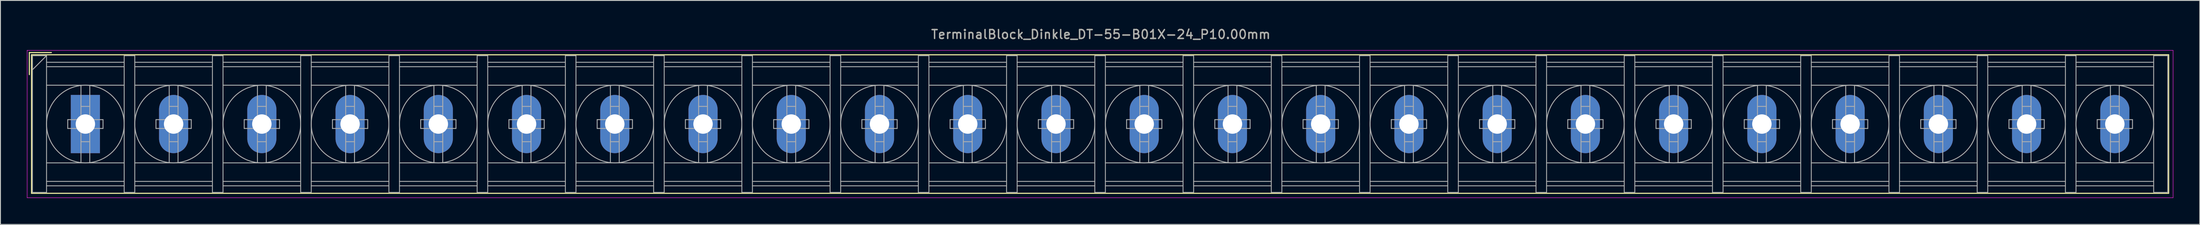
<source format=kicad_pcb>
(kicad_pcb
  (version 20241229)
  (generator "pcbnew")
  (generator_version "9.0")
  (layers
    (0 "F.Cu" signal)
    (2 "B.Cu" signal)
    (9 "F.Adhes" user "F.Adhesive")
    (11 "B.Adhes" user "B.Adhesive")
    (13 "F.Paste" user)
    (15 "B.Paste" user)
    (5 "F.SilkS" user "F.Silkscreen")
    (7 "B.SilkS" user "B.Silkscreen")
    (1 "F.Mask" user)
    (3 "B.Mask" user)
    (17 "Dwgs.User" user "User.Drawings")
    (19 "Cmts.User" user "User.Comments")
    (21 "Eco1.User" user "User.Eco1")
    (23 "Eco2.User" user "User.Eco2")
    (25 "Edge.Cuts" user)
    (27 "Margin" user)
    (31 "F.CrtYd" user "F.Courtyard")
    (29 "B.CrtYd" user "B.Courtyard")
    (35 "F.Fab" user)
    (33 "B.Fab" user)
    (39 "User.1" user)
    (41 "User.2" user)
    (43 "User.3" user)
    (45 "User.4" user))
  (footprint "TerminalBlock_Dinkle_DT-55-B01X-24_P10.00mm"
    (layer "F.Cu")
    (at 6.625 11.008)
    (property "Reference" "TerminalBlock_Dinkle_DT-55-B01X-24_P10.00mm" (at 115.08 -10.16 0) (layer "F.SilkS") (effects (font (size 1 1) (thickness 0.15))))
    (attr through_hole)
    (fp_line (start -6.35 -8.1) (end -3.85 -8.1) (stroke (width 0.12) (type solid)) (layer "F.SilkS"))
    (fp_line (start -6.35 -5.6) (end -6.35 -8.1) (stroke (width 0.12) (type solid)) (layer "F.SilkS"))
    (fp_line (start -6.1 -7.85) (end 236.1 -7.85) (stroke (width 0.12) (type solid)) (layer "F.SilkS"))
    (fp_line (start -6.1 7.85) (end -6.1 -7.85) (stroke (width 0.12) (type solid)) (layer "F.SilkS"))
    (fp_line (start -6.1 7.85) (end 236.1 7.85) (stroke (width 0.12) (type solid)) (layer "F.SilkS"))
    (fp_line (start 236.1 -7.85) (end 236.1 7.85) (stroke (width 0.12) (type solid)) (layer "F.SilkS"))
    (fp_line (start -6.6 -8.35) (end 236.6 -8.35) (stroke (width 0.05) (type solid)) (layer "F.CrtYd"))
    (fp_line (start -6.6 8.35) (end -6.6 -8.35) (stroke (width 0.05) (type solid)) (layer "F.CrtYd"))
    (fp_line (start -6.6 8.35) (end 236.6 8.35) (stroke (width 0.05) (type solid)) (layer "F.CrtYd"))
    (fp_line (start 236.6 -8.35) (end 236.6 8.35) (stroke (width 0.05) (type solid)) (layer "F.CrtYd"))
    (fp_line (start -6 -7.75) (end -6 7.75) (stroke (width 0.1) (type solid)) (layer "F.Fab"))
    (fp_line (start -6 -7.75) (end -4.4 -7.75) (stroke (width 0.1) (type solid)) (layer "F.Fab"))
    (fp_line (start -6 7.75) (end -4.4 7.75) (stroke (width 0.1) (type solid)) (layer "F.Fab"))
    (fp_line (start -4.4 -7.75) (end -6 -6.15) (stroke (width 0.1) (type solid)) (layer "F.Fab"))
    (fp_line (start -4.4 -7.75) (end -4.4 7.75) (stroke (width 0.1) (type solid)) (layer "F.Fab"))
    (fp_line (start -4.4 -7) (end 4.4 -7) (stroke (width 0.1) (type solid)) (layer "F.Fab"))
    (fp_line (start -4.4 -6.5) (end 4.4 -6.5) (stroke (width 0.1) (type solid)) (layer "F.Fab"))
    (fp_line (start -4.4 -4.4) (end 4.4 -4.4) (stroke (width 0.1) (type solid)) (layer "F.Fab"))
    (fp_line (start -4.4 4.4) (end 4.4 4.4) (stroke (width 0.1) (type solid)) (layer "F.Fab"))
    (fp_line (start -4.4 6.5) (end 4.4 6.5) (stroke (width 0.1) (type solid)) (layer "F.Fab"))
    (fp_line (start -4.4 7) (end 4.4 7) (stroke (width 0.1) (type solid)) (layer "F.Fab"))
    (fp_line (start -2 -0.5) (end -2 0.5) (stroke (width 0.1) (type solid)) (layer "F.Fab"))
    (fp_line (start -2 0.5) (end -0.5 0.5) (stroke (width 0.1) (type solid)) (layer "F.Fab"))
    (fp_line (start -0.5 -4.35) (end -0.5 -0.5) (stroke (width 0.1) (type solid)) (layer "F.Fab"))
    (fp_line (start -0.5 -2) (end 0.5 -2) (stroke (width 0.1) (type solid)) (layer "F.Fab"))
    (fp_line (start -0.5 -0.5) (end -2 -0.5) (stroke (width 0.1) (type solid)) (layer "F.Fab"))
    (fp_line (start -0.5 0.5) (end -0.5 4.35) (stroke (width 0.1) (type solid)) (layer "F.Fab"))
    (fp_line (start -0.5 2) (end 0.5 2) (stroke (width 0.1) (type solid)) (layer "F.Fab"))
    (fp_line (start 0.5 -4.35) (end 0.5 -0.5) (stroke (width 0.1) (type solid)) (layer "F.Fab"))
    (fp_line (start 0.5 -0.5) (end 2 -0.5) (stroke (width 0.1) (type solid)) (layer "F.Fab"))
    (fp_line (start 0.5 0.5) (end 0.5 4.35) (stroke (width 0.1) (type solid)) (layer "F.Fab"))
    (fp_line (start 2 -0.5) (end 2 0.5) (stroke (width 0.1) (type solid)) (layer "F.Fab"))
    (fp_line (start 2 0.5) (end 0.5 0.5) (stroke (width 0.1) (type solid)) (layer "F.Fab"))
    (fp_line (start 4.4 -7.75) (end 4.4 7.75) (stroke (width 0.1) (type solid)) (layer "F.Fab"))
    (fp_line (start 4.4 -7.75) (end 5.6 -7.75) (stroke (width 0.1) (type solid)) (layer "F.Fab"))
    (fp_line (start 4.4 7.75) (end 5.6 7.75) (stroke (width 0.1) (type solid)) (layer "F.Fab"))
    (fp_line (start 5.6 -7.75) (end 5.6 7.75) (stroke (width 0.1) (type solid)) (layer "F.Fab"))
    (fp_line (start 5.6 -7) (end 14.4 -7) (stroke (width 0.1) (type solid)) (layer "F.Fab"))
    (fp_line (start 5.6 -6.5) (end 14.4 -6.5) (stroke (width 0.1) (type solid)) (layer "F.Fab"))
    (fp_line (start 5.6 -4.4) (end 14.4 -4.4) (stroke (width 0.1) (type solid)) (layer "F.Fab"))
    (fp_line (start 5.6 4.4) (end 14.4 4.4) (stroke (width 0.1) (type solid)) (layer "F.Fab"))
    (fp_line (start 5.6 6.5) (end 14.4 6.5) (stroke (width 0.1) (type solid)) (layer "F.Fab"))
    (fp_line (start 5.6 7) (end 14.4 7) (stroke (width 0.1) (type solid)) (layer "F.Fab"))
    (fp_line (start 8 -0.5) (end 8 0.5) (stroke (width 0.1) (type solid)) (layer "F.Fab"))
    (fp_line (start 8 0.5) (end 9.5 0.5) (stroke (width 0.1) (type solid)) (layer "F.Fab"))
    (fp_line (start 9.5 -4.35) (end 9.5 -0.5) (stroke (width 0.1) (type solid)) (layer "F.Fab"))
    (fp_line (start 9.5 -2) (end 10.5 -2) (stroke (width 0.1) (type solid)) (layer "F.Fab"))
    (fp_line (start 9.5 -0.5) (end 8 -0.5) (stroke (width 0.1) (type solid)) (layer "F.Fab"))
    (fp_line (start 9.5 0.5) (end 9.5 4.35) (stroke (width 0.1) (type solid)) (layer "F.Fab"))
    (fp_line (start 9.5 2) (end 10.5 2) (stroke (width 0.1) (type solid)) (layer "F.Fab"))
    (fp_line (start 10.5 -4.35) (end 10.5 -0.5) (stroke (width 0.1) (type solid)) (layer "F.Fab"))
    (fp_line (start 10.5 -0.5) (end 12 -0.5) (stroke (width 0.1) (type solid)) (layer "F.Fab"))
    (fp_line (start 10.5 0.5) (end 10.5 4.35) (stroke (width 0.1) (type solid)) (layer "F.Fab"))
    (fp_line (start 12 -0.5) (end 12 0.5) (stroke (width 0.1) (type solid)) (layer "F.Fab"))
    (fp_line (start 12 0.5) (end 10.5 0.5) (stroke (width 0.1) (type solid)) (layer "F.Fab"))
    (fp_line (start 14.4 -7.75) (end 14.4 7.75) (stroke (width 0.1) (type solid)) (layer "F.Fab"))
    (fp_line (start 14.4 -7.75) (end 15.6 -7.75) (stroke (width 0.1) (type solid)) (layer "F.Fab"))
    (fp_line (start 14.4 7.75) (end 15.6 7.75) (stroke (width 0.1) (type solid)) (layer "F.Fab"))
    (fp_line (start 15.6 -7.75) (end 15.6 7.75) (stroke (width 0.1) (type solid)) (layer "F.Fab"))
    (fp_line (start 15.6 -7) (end 24.4 -7) (stroke (width 0.1) (type solid)) (layer "F.Fab"))
    (fp_line (start 15.6 -6.5) (end 24.4 -6.5) (stroke (width 0.1) (type solid)) (layer "F.Fab"))
    (fp_line (start 15.6 -4.4) (end 24.4 -4.4) (stroke (width 0.1) (type solid)) (layer "F.Fab"))
    (fp_line (start 15.6 4.4) (end 24.4 4.4) (stroke (width 0.1) (type solid)) (layer "F.Fab"))
    (fp_line (start 15.6 6.5) (end 24.4 6.5) (stroke (width 0.1) (type solid)) (layer "F.Fab"))
    (fp_line (start 15.6 7) (end 24.4 7) (stroke (width 0.1) (type solid)) (layer "F.Fab"))
    (fp_line (start 18 -0.5) (end 18 0.5) (stroke (width 0.1) (type solid)) (layer "F.Fab"))
    (fp_line (start 18 0.5) (end 19.5 0.5) (stroke (width 0.1) (type solid)) (layer "F.Fab"))
    (fp_line (start 19.5 -4.35) (end 19.5 -0.5) (stroke (width 0.1) (type solid)) (layer "F.Fab"))
    (fp_line (start 19.5 -2) (end 20.5 -2) (stroke (width 0.1) (type solid)) (layer "F.Fab"))
    (fp_line (start 19.5 -0.5) (end 18 -0.5) (stroke (width 0.1) (type solid)) (layer "F.Fab"))
    (fp_line (start 19.5 0.5) (end 19.5 4.35) (stroke (width 0.1) (type solid)) (layer "F.Fab"))
    (fp_line (start 19.5 2) (end 20.5 2) (stroke (width 0.1) (type solid)) (layer "F.Fab"))
    (fp_line (start 20.5 -4.35) (end 20.5 -0.5) (stroke (width 0.1) (type solid)) (layer "F.Fab"))
    (fp_line (start 20.5 -0.5) (end 22 -0.5) (stroke (width 0.1) (type solid)) (layer "F.Fab"))
    (fp_line (start 20.5 0.5) (end 20.5 4.35) (stroke (width 0.1) (type solid)) (layer "F.Fab"))
    (fp_line (start 22 -0.5) (end 22 0.5) (stroke (width 0.1) (type solid)) (layer "F.Fab"))
    (fp_line (start 22 0.5) (end 20.5 0.5) (stroke (width 0.1) (type solid)) (layer "F.Fab"))
    (fp_line (start 24.4 -7.75) (end 24.4 7.75) (stroke (width 0.1) (type solid)) (layer "F.Fab"))
    (fp_line (start 24.4 -7.75) (end 25.6 -7.75) (stroke (width 0.1) (type solid)) (layer "F.Fab"))
    (fp_line (start 24.4 7.75) (end 25.6 7.75) (stroke (width 0.1) (type solid)) (layer "F.Fab"))
    (fp_line (start 25.6 -7.75) (end 25.6 7.75) (stroke (width 0.1) (type solid)) (layer "F.Fab"))
    (fp_line (start 25.6 -7) (end 34.4 -7) (stroke (width 0.1) (type solid)) (layer "F.Fab"))
    (fp_line (start 25.6 -6.5) (end 34.4 -6.5) (stroke (width 0.1) (type solid)) (layer "F.Fab"))
    (fp_line (start 25.6 -4.4) (end 34.4 -4.4) (stroke (width 0.1) (type solid)) (layer "F.Fab"))
    (fp_line (start 25.6 4.4) (end 34.4 4.4) (stroke (width 0.1) (type solid)) (layer "F.Fab"))
    (fp_line (start 25.6 6.5) (end 34.4 6.5) (stroke (width 0.1) (type solid)) (layer "F.Fab"))
    (fp_line (start 25.6 7) (end 34.4 7) (stroke (width 0.1) (type solid)) (layer "F.Fab"))
    (fp_line (start 28 -0.5) (end 28 0.5) (stroke (width 0.1) (type solid)) (layer "F.Fab"))
    (fp_line (start 28 0.5) (end 29.5 0.5) (stroke (width 0.1) (type solid)) (layer "F.Fab"))
    (fp_line (start 29.5 -4.35) (end 29.5 -0.5) (stroke (width 0.1) (type solid)) (layer "F.Fab"))
    (fp_line (start 29.5 -2) (end 30.5 -2) (stroke (width 0.1) (type solid)) (layer "F.Fab"))
    (fp_line (start 29.5 -0.5) (end 28 -0.5) (stroke (width 0.1) (type solid)) (layer "F.Fab"))
    (fp_line (start 29.5 0.5) (end 29.5 4.35) (stroke (width 0.1) (type solid)) (layer "F.Fab"))
    (fp_line (start 29.5 2) (end 30.5 2) (stroke (width 0.1) (type solid)) (layer "F.Fab"))
    (fp_line (start 30.5 -4.35) (end 30.5 -0.5) (stroke (width 0.1) (type solid)) (layer "F.Fab"))
    (fp_line (start 30.5 -0.5) (end 32 -0.5) (stroke (width 0.1) (type solid)) (layer "F.Fab"))
    (fp_line (start 30.5 0.5) (end 30.5 4.35) (stroke (width 0.1) (type solid)) (layer "F.Fab"))
    (fp_line (start 32 -0.5) (end 32 0.5) (stroke (width 0.1) (type solid)) (layer "F.Fab"))
    (fp_line (start 32 0.5) (end 30.5 0.5) (stroke (width 0.1) (type solid)) (layer "F.Fab"))
    (fp_line (start 34.4 -7.75) (end 34.4 7.75) (stroke (width 0.1) (type solid)) (layer "F.Fab"))
    (fp_line (start 34.4 -7.75) (end 35.6 -7.75) (stroke (width 0.1) (type solid)) (layer "F.Fab"))
    (fp_line (start 34.4 7.75) (end 35.6 7.75) (stroke (width 0.1) (type solid)) (layer "F.Fab"))
    (fp_line (start 35.6 -7.75) (end 35.6 7.75) (stroke (width 0.1) (type solid)) (layer "F.Fab"))
    (fp_line (start 35.6 -7) (end 44.4 -7) (stroke (width 0.1) (type solid)) (layer "F.Fab"))
    (fp_line (start 35.6 -6.5) (end 44.4 -6.5) (stroke (width 0.1) (type solid)) (layer "F.Fab"))
    (fp_line (start 35.6 -4.4) (end 44.4 -4.4) (stroke (width 0.1) (type solid)) (layer "F.Fab"))
    (fp_line (start 35.6 4.4) (end 44.4 4.4) (stroke (width 0.1) (type solid)) (layer "F.Fab"))
    (fp_line (start 35.6 6.5) (end 44.4 6.5) (stroke (width 0.1) (type solid)) (layer "F.Fab"))
    (fp_line (start 35.6 7) (end 44.4 7) (stroke (width 0.1) (type solid)) (layer "F.Fab"))
    (fp_line (start 38 -0.5) (end 38 0.5) (stroke (width 0.1) (type solid)) (layer "F.Fab"))
    (fp_line (start 38 0.5) (end 39.5 0.5) (stroke (width 0.1) (type solid)) (layer "F.Fab"))
    (fp_line (start 39.5 -4.35) (end 39.5 -0.5) (stroke (width 0.1) (type solid)) (layer "F.Fab"))
    (fp_line (start 39.5 -2) (end 40.5 -2) (stroke (width 0.1) (type solid)) (layer "F.Fab"))
    (fp_line (start 39.5 -0.5) (end 38 -0.5) (stroke (width 0.1) (type solid)) (layer "F.Fab"))
    (fp_line (start 39.5 0.5) (end 39.5 4.35) (stroke (width 0.1) (type solid)) (layer "F.Fab"))
    (fp_line (start 39.5 2) (end 40.5 2) (stroke (width 0.1) (type solid)) (layer "F.Fab"))
    (fp_line (start 40.5 -4.35) (end 40.5 -0.5) (stroke (width 0.1) (type solid)) (layer "F.Fab"))
    (fp_line (start 40.5 -0.5) (end 42 -0.5) (stroke (width 0.1) (type solid)) (layer "F.Fab"))
    (fp_line (start 40.5 0.5) (end 40.5 4.35) (stroke (width 0.1) (type solid)) (layer "F.Fab"))
    (fp_line (start 42 -0.5) (end 42 0.5) (stroke (width 0.1) (type solid)) (layer "F.Fab"))
    (fp_line (start 42 0.5) (end 40.5 0.5) (stroke (width 0.1) (type solid)) (layer "F.Fab"))
    (fp_line (start 44.4 -7.75) (end 44.4 7.75) (stroke (width 0.1) (type solid)) (layer "F.Fab"))
    (fp_line (start 44.4 -7.75) (end 45.6 -7.75) (stroke (width 0.1) (type solid)) (layer "F.Fab"))
    (fp_line (start 44.4 7.75) (end 45.6 7.75) (stroke (width 0.1) (type solid)) (layer "F.Fab"))
    (fp_line (start 45.6 -7.75) (end 45.6 7.75) (stroke (width 0.1) (type solid)) (layer "F.Fab"))
    (fp_line (start 45.6 -7) (end 54.4 -7) (stroke (width 0.1) (type solid)) (layer "F.Fab"))
    (fp_line (start 45.6 -6.5) (end 54.4 -6.5) (stroke (width 0.1) (type solid)) (layer "F.Fab"))
    (fp_line (start 45.6 -4.4) (end 54.4 -4.4) (stroke (width 0.1) (type solid)) (layer "F.Fab"))
    (fp_line (start 45.6 4.4) (end 54.4 4.4) (stroke (width 0.1) (type solid)) (layer "F.Fab"))
    (fp_line (start 45.6 6.5) (end 54.4 6.5) (stroke (width 0.1) (type solid)) (layer "F.Fab"))
    (fp_line (start 45.6 7) (end 54.4 7) (stroke (width 0.1) (type solid)) (layer "F.Fab"))
    (fp_line (start 48 -0.5) (end 48 0.5) (stroke (width 0.1) (type solid)) (layer "F.Fab"))
    (fp_line (start 48 0.5) (end 49.5 0.5) (stroke (width 0.1) (type solid)) (layer "F.Fab"))
    (fp_line (start 49.5 -4.35) (end 49.5 -0.5) (stroke (width 0.1) (type solid)) (layer "F.Fab"))
    (fp_line (start 49.5 -2) (end 50.5 -2) (stroke (width 0.1) (type solid)) (layer "F.Fab"))
    (fp_line (start 49.5 -0.5) (end 48 -0.5) (stroke (width 0.1) (type solid)) (layer "F.Fab"))
    (fp_line (start 49.5 0.5) (end 49.5 4.35) (stroke (width 0.1) (type solid)) (layer "F.Fab"))
    (fp_line (start 49.5 2) (end 50.5 2) (stroke (width 0.1) (type solid)) (layer "F.Fab"))
    (fp_line (start 50.5 -4.35) (end 50.5 -0.5) (stroke (width 0.1) (type solid)) (layer "F.Fab"))
    (fp_line (start 50.5 -0.5) (end 52 -0.5) (stroke (width 0.1) (type solid)) (layer "F.Fab"))
    (fp_line (start 50.5 0.5) (end 50.5 4.35) (stroke (width 0.1) (type solid)) (layer "F.Fab"))
    (fp_line (start 52 -0.5) (end 52 0.5) (stroke (width 0.1) (type solid)) (layer "F.Fab"))
    (fp_line (start 52 0.5) (end 50.5 0.5) (stroke (width 0.1) (type solid)) (layer "F.Fab"))
    (fp_line (start 54.4 -7.75) (end 54.4 7.75) (stroke (width 0.1) (type solid)) (layer "F.Fab"))
    (fp_line (start 54.4 -7.75) (end 55.6 -7.75) (stroke (width 0.1) (type solid)) (layer "F.Fab"))
    (fp_line (start 54.4 7.75) (end 55.6 7.75) (stroke (width 0.1) (type solid)) (layer "F.Fab"))
    (fp_line (start 55.6 -7.75) (end 55.6 7.75) (stroke (width 0.1) (type solid)) (layer "F.Fab"))
    (fp_line (start 55.6 -7) (end 64.4 -7) (stroke (width 0.1) (type solid)) (layer "F.Fab"))
    (fp_line (start 55.6 -6.5) (end 64.4 -6.5) (stroke (width 0.1) (type solid)) (layer "F.Fab"))
    (fp_line (start 55.6 -4.4) (end 64.4 -4.4) (stroke (width 0.1) (type solid)) (layer "F.Fab"))
    (fp_line (start 55.6 4.4) (end 64.4 4.4) (stroke (width 0.1) (type solid)) (layer "F.Fab"))
    (fp_line (start 55.6 6.5) (end 64.4 6.5) (stroke (width 0.1) (type solid)) (layer "F.Fab"))
    (fp_line (start 55.6 7) (end 64.4 7) (stroke (width 0.1) (type solid)) (layer "F.Fab"))
    (fp_line (start 58 -0.5) (end 58 0.5) (stroke (width 0.1) (type solid)) (layer "F.Fab"))
    (fp_line (start 58 0.5) (end 59.5 0.5) (stroke (width 0.1) (type solid)) (layer "F.Fab"))
    (fp_line (start 59.5 -4.35) (end 59.5 -0.5) (stroke (width 0.1) (type solid)) (layer "F.Fab"))
    (fp_line (start 59.5 -2) (end 60.5 -2) (stroke (width 0.1) (type solid)) (layer "F.Fab"))
    (fp_line (start 59.5 -0.5) (end 58 -0.5) (stroke (width 0.1) (type solid)) (layer "F.Fab"))
    (fp_line (start 59.5 0.5) (end 59.5 4.35) (stroke (width 0.1) (type solid)) (layer "F.Fab"))
    (fp_line (start 59.5 2) (end 60.5 2) (stroke (width 0.1) (type solid)) (layer "F.Fab"))
    (fp_line (start 60.5 -4.35) (end 60.5 -0.5) (stroke (width 0.1) (type solid)) (layer "F.Fab"))
    (fp_line (start 60.5 -0.5) (end 62 -0.5) (stroke (width 0.1) (type solid)) (layer "F.Fab"))
    (fp_line (start 60.5 0.5) (end 60.5 4.35) (stroke (width 0.1) (type solid)) (layer "F.Fab"))
    (fp_line (start 62 -0.5) (end 62 0.5) (stroke (width 0.1) (type solid)) (layer "F.Fab"))
    (fp_line (start 62 0.5) (end 60.5 0.5) (stroke (width 0.1) (type solid)) (layer "F.Fab"))
    (fp_line (start 64.4 -7.75) (end 64.4 7.75) (stroke (width 0.1) (type solid)) (layer "F.Fab"))
    (fp_line (start 64.4 -7.75) (end 65.6 -7.75) (stroke (width 0.1) (type solid)) (layer "F.Fab"))
    (fp_line (start 64.4 7.75) (end 65.6 7.75) (stroke (width 0.1) (type solid)) (layer "F.Fab"))
    (fp_line (start 65.6 -7.75) (end 65.6 7.75) (stroke (width 0.1) (type solid)) (layer "F.Fab"))
    (fp_line (start 65.6 -7) (end 74.4 -7) (stroke (width 0.1) (type solid)) (layer "F.Fab"))
    (fp_line (start 65.6 -6.5) (end 74.4 -6.5) (stroke (width 0.1) (type solid)) (layer "F.Fab"))
    (fp_line (start 65.6 -4.4) (end 74.4 -4.4) (stroke (width 0.1) (type solid)) (layer "F.Fab"))
    (fp_line (start 65.6 4.4) (end 74.4 4.4) (stroke (width 0.1) (type solid)) (layer "F.Fab"))
    (fp_line (start 65.6 6.5) (end 74.4 6.5) (stroke (width 0.1) (type solid)) (layer "F.Fab"))
    (fp_line (start 65.6 7) (end 74.4 7) (stroke (width 0.1) (type solid)) (layer "F.Fab"))
    (fp_line (start 68 -0.5) (end 68 0.5) (stroke (width 0.1) (type solid)) (layer "F.Fab"))
    (fp_line (start 68 0.5) (end 69.5 0.5) (stroke (width 0.1) (type solid)) (layer "F.Fab"))
    (fp_line (start 69.5 -4.35) (end 69.5 -0.5) (stroke (width 0.1) (type solid)) (layer "F.Fab"))
    (fp_line (start 69.5 -2) (end 70.5 -2) (stroke (width 0.1) (type solid)) (layer "F.Fab"))
    (fp_line (start 69.5 -0.5) (end 68 -0.5) (stroke (width 0.1) (type solid)) (layer "F.Fab"))
    (fp_line (start 69.5 0.5) (end 69.5 4.35) (stroke (width 0.1) (type solid)) (layer "F.Fab"))
    (fp_line (start 69.5 2) (end 70.5 2) (stroke (width 0.1) (type solid)) (layer "F.Fab"))
    (fp_line (start 70.5 -4.35) (end 70.5 -0.5) (stroke (width 0.1) (type solid)) (layer "F.Fab"))
    (fp_line (start 70.5 -0.5) (end 72 -0.5) (stroke (width 0.1) (type solid)) (layer "F.Fab"))
    (fp_line (start 70.5 0.5) (end 70.5 4.35) (stroke (width 0.1) (type solid)) (layer "F.Fab"))
    (fp_line (start 72 -0.5) (end 72 0.5) (stroke (width 0.1) (type solid)) (layer "F.Fab"))
    (fp_line (start 72 0.5) (end 70.5 0.5) (stroke (width 0.1) (type solid)) (layer "F.Fab"))
    (fp_line (start 74.4 -7.75) (end 74.4 7.75) (stroke (width 0.1) (type solid)) (layer "F.Fab"))
    (fp_line (start 74.4 -7.75) (end 75.6 -7.75) (stroke (width 0.1) (type solid)) (layer "F.Fab"))
    (fp_line (start 74.4 7.75) (end 75.6 7.75) (stroke (width 0.1) (type solid)) (layer "F.Fab"))
    (fp_line (start 75.6 -7.75) (end 75.6 7.75) (stroke (width 0.1) (type solid)) (layer "F.Fab"))
    (fp_line (start 75.6 -7) (end 84.4 -7) (stroke (width 0.1) (type solid)) (layer "F.Fab"))
    (fp_line (start 75.6 -6.5) (end 84.4 -6.5) (stroke (width 0.1) (type solid)) (layer "F.Fab"))
    (fp_line (start 75.6 -4.4) (end 84.4 -4.4) (stroke (width 0.1) (type solid)) (layer "F.Fab"))
    (fp_line (start 75.6 4.4) (end 84.4 4.4) (stroke (width 0.1) (type solid)) (layer "F.Fab"))
    (fp_line (start 75.6 6.5) (end 84.4 6.5) (stroke (width 0.1) (type solid)) (layer "F.Fab"))
    (fp_line (start 75.6 7) (end 84.4 7) (stroke (width 0.1) (type solid)) (layer "F.Fab"))
    (fp_line (start 78 -0.5) (end 78 0.5) (stroke (width 0.1) (type solid)) (layer "F.Fab"))
    (fp_line (start 78 0.5) (end 79.5 0.5) (stroke (width 0.1) (type solid)) (layer "F.Fab"))
    (fp_line (start 79.5 -4.35) (end 79.5 -0.5) (stroke (width 0.1) (type solid)) (layer "F.Fab"))
    (fp_line (start 79.5 -2) (end 80.5 -2) (stroke (width 0.1) (type solid)) (layer "F.Fab"))
    (fp_line (start 79.5 -0.5) (end 78 -0.5) (stroke (width 0.1) (type solid)) (layer "F.Fab"))
    (fp_line (start 79.5 0.5) (end 79.5 4.35) (stroke (width 0.1) (type solid)) (layer "F.Fab"))
    (fp_line (start 79.5 2) (end 80.5 2) (stroke (width 0.1) (type solid)) (layer "F.Fab"))
    (fp_line (start 80.5 -4.35) (end 80.5 -0.5) (stroke (width 0.1) (type solid)) (layer "F.Fab"))
    (fp_line (start 80.5 -0.5) (end 82 -0.5) (stroke (width 0.1) (type solid)) (layer "F.Fab"))
    (fp_line (start 80.5 0.5) (end 80.5 4.35) (stroke (width 0.1) (type solid)) (layer "F.Fab"))
    (fp_line (start 82 -0.5) (end 82 0.5) (stroke (width 0.1) (type solid)) (layer "F.Fab"))
    (fp_line (start 82 0.5) (end 80.5 0.5) (stroke (width 0.1) (type solid)) (layer "F.Fab"))
    (fp_line (start 84.4 -7.75) (end 84.4 7.75) (stroke (width 0.1) (type solid)) (layer "F.Fab"))
    (fp_line (start 84.4 -7.75) (end 85.6 -7.75) (stroke (width 0.1) (type solid)) (layer "F.Fab"))
    (fp_line (start 84.4 7.75) (end 85.6 7.75) (stroke (width 0.1) (type solid)) (layer "F.Fab"))
    (fp_line (start 85.6 -7.75) (end 85.6 7.75) (stroke (width 0.1) (type solid)) (layer "F.Fab"))
    (fp_line (start 85.6 -7) (end 94.4 -7) (stroke (width 0.1) (type solid)) (layer "F.Fab"))
    (fp_line (start 85.6 -6.5) (end 94.4 -6.5) (stroke (width 0.1) (type solid)) (layer "F.Fab"))
    (fp_line (start 85.6 -4.4) (end 94.4 -4.4) (stroke (width 0.1) (type solid)) (layer "F.Fab"))
    (fp_line (start 85.6 4.4) (end 94.4 4.4) (stroke (width 0.1) (type solid)) (layer "F.Fab"))
    (fp_line (start 85.6 6.5) (end 94.4 6.5) (stroke (width 0.1) (type solid)) (layer "F.Fab"))
    (fp_line (start 85.6 7) (end 94.4 7) (stroke (width 0.1) (type solid)) (layer "F.Fab"))
    (fp_line (start 88 -0.5) (end 88 0.5) (stroke (width 0.1) (type solid)) (layer "F.Fab"))
    (fp_line (start 88 0.5) (end 89.5 0.5) (stroke (width 0.1) (type solid)) (layer "F.Fab"))
    (fp_line (start 89.5 -4.35) (end 89.5 -0.5) (stroke (width 0.1) (type solid)) (layer "F.Fab"))
    (fp_line (start 89.5 -2) (end 90.5 -2) (stroke (width 0.1) (type solid)) (layer "F.Fab"))
    (fp_line (start 89.5 -0.5) (end 88 -0.5) (stroke (width 0.1) (type solid)) (layer "F.Fab"))
    (fp_line (start 89.5 0.5) (end 89.5 4.35) (stroke (width 0.1) (type solid)) (layer "F.Fab"))
    (fp_line (start 89.5 2) (end 90.5 2) (stroke (width 0.1) (type solid)) (layer "F.Fab"))
    (fp_line (start 90.5 -4.35) (end 90.5 -0.5) (stroke (width 0.1) (type solid)) (layer "F.Fab"))
    (fp_line (start 90.5 -0.5) (end 92 -0.5) (stroke (width 0.1) (type solid)) (layer "F.Fab"))
    (fp_line (start 90.5 0.5) (end 90.5 4.35) (stroke (width 0.1) (type solid)) (layer "F.Fab"))
    (fp_line (start 92 -0.5) (end 92 0.5) (stroke (width 0.1) (type solid)) (layer "F.Fab"))
    (fp_line (start 92 0.5) (end 90.5 0.5) (stroke (width 0.1) (type solid)) (layer "F.Fab"))
    (fp_line (start 94.4 -7.75) (end 94.4 7.75) (stroke (width 0.1) (type solid)) (layer "F.Fab"))
    (fp_line (start 94.4 -7.75) (end 95.6 -7.75) (stroke (width 0.1) (type solid)) (layer "F.Fab"))
    (fp_line (start 94.4 7.75) (end 95.6 7.75) (stroke (width 0.1) (type solid)) (layer "F.Fab"))
    (fp_line (start 95.6 -7.75) (end 95.6 7.75) (stroke (width 0.1) (type solid)) (layer "F.Fab"))
    (fp_line (start 95.6 -7) (end 104.4 -7) (stroke (width 0.1) (type solid)) (layer "F.Fab"))
    (fp_line (start 95.6 -6.5) (end 104.4 -6.5) (stroke (width 0.1) (type solid)) (layer "F.Fab"))
    (fp_line (start 95.6 -4.4) (end 104.4 -4.4) (stroke (width 0.1) (type solid)) (layer "F.Fab"))
    (fp_line (start 95.6 4.4) (end 104.4 4.4) (stroke (width 0.1) (type solid)) (layer "F.Fab"))
    (fp_line (start 95.6 6.5) (end 104.4 6.5) (stroke (width 0.1) (type solid)) (layer "F.Fab"))
    (fp_line (start 95.6 7) (end 104.4 7) (stroke (width 0.1) (type solid)) (layer "F.Fab"))
    (fp_line (start 98 -0.5) (end 98 0.5) (stroke (width 0.1) (type solid)) (layer "F.Fab"))
    (fp_line (start 98 0.5) (end 99.5 0.5) (stroke (width 0.1) (type solid)) (layer "F.Fab"))
    (fp_line (start 99.5 -4.35) (end 99.5 -0.5) (stroke (width 0.1) (type solid)) (layer "F.Fab"))
    (fp_line (start 99.5 -2) (end 100.5 -2) (stroke (width 0.1) (type solid)) (layer "F.Fab"))
    (fp_line (start 99.5 -0.5) (end 98 -0.5) (stroke (width 0.1) (type solid)) (layer "F.Fab"))
    (fp_line (start 99.5 0.5) (end 99.5 4.35) (stroke (width 0.1) (type solid)) (layer "F.Fab"))
    (fp_line (start 99.5 2) (end 100.5 2) (stroke (width 0.1) (type solid)) (layer "F.Fab"))
    (fp_line (start 100.5 -4.35) (end 100.5 -0.5) (stroke (width 0.1) (type solid)) (layer "F.Fab"))
    (fp_line (start 100.5 -0.5) (end 102 -0.5) (stroke (width 0.1) (type solid)) (layer "F.Fab"))
    (fp_line (start 100.5 0.5) (end 100.5 4.35) (stroke (width 0.1) (type solid)) (layer "F.Fab"))
    (fp_line (start 102 -0.5) (end 102 0.5) (stroke (width 0.1) (type solid)) (layer "F.Fab"))
    (fp_line (start 102 0.5) (end 100.5 0.5) (stroke (width 0.1) (type solid)) (layer "F.Fab"))
    (fp_line (start 104.4 -7.75) (end 104.4 7.75) (stroke (width 0.1) (type solid)) (layer "F.Fab"))
    (fp_line (start 104.4 -7.75) (end 105.6 -7.75) (stroke (width 0.1) (type solid)) (layer "F.Fab"))
    (fp_line (start 104.4 7.75) (end 105.6 7.75) (stroke (width 0.1) (type solid)) (layer "F.Fab"))
    (fp_line (start 105.6 -7.75) (end 105.6 7.75) (stroke (width 0.1) (type solid)) (layer "F.Fab"))
    (fp_line (start 105.6 -7) (end 114.4 -7) (stroke (width 0.1) (type solid)) (layer "F.Fab"))
    (fp_line (start 105.6 -6.5) (end 114.4 -6.5) (stroke (width 0.1) (type solid)) (layer "F.Fab"))
    (fp_line (start 105.6 -4.4) (end 114.4 -4.4) (stroke (width 0.1) (type solid)) (layer "F.Fab"))
    (fp_line (start 105.6 4.4) (end 114.4 4.4) (stroke (width 0.1) (type solid)) (layer "F.Fab"))
    (fp_line (start 105.6 6.5) (end 114.4 6.5) (stroke (width 0.1) (type solid)) (layer "F.Fab"))
    (fp_line (start 105.6 7) (end 114.4 7) (stroke (width 0.1) (type solid)) (layer "F.Fab"))
    (fp_line (start 108 -0.5) (end 108 0.5) (stroke (width 0.1) (type solid)) (layer "F.Fab"))
    (fp_line (start 108 0.5) (end 109.5 0.5) (stroke (width 0.1) (type solid)) (layer "F.Fab"))
    (fp_line (start 109.5 -4.35) (end 109.5 -0.5) (stroke (width 0.1) (type solid)) (layer "F.Fab"))
    (fp_line (start 109.5 -2) (end 110.5 -2) (stroke (width 0.1) (type solid)) (layer "F.Fab"))
    (fp_line (start 109.5 -0.5) (end 108 -0.5) (stroke (width 0.1) (type solid)) (layer "F.Fab"))
    (fp_line (start 109.5 0.5) (end 109.5 4.35) (stroke (width 0.1) (type solid)) (layer "F.Fab"))
    (fp_line (start 109.5 2) (end 110.5 2) (stroke (width 0.1) (type solid)) (layer "F.Fab"))
    (fp_line (start 110.5 -4.35) (end 110.5 -0.5) (stroke (width 0.1) (type solid)) (layer "F.Fab"))
    (fp_line (start 110.5 -0.5) (end 112 -0.5) (stroke (width 0.1) (type solid)) (layer "F.Fab"))
    (fp_line (start 110.5 0.5) (end 110.5 4.35) (stroke (width 0.1) (type solid)) (layer "F.Fab"))
    (fp_line (start 112 -0.5) (end 112 0.5) (stroke (width 0.1) (type solid)) (layer "F.Fab"))
    (fp_line (start 112 0.5) (end 110.5 0.5) (stroke (width 0.1) (type solid)) (layer "F.Fab"))
    (fp_line (start 114.4 -7.75) (end 114.4 7.75) (stroke (width 0.1) (type solid)) (layer "F.Fab"))
    (fp_line (start 114.4 -7.75) (end 115.6 -7.75) (stroke (width 0.1) (type solid)) (layer "F.Fab"))
    (fp_line (start 114.4 7.75) (end 115.6 7.75) (stroke (width 0.1) (type solid)) (layer "F.Fab"))
    (fp_line (start 115.6 -7.75) (end 115.6 7.75) (stroke (width 0.1) (type solid)) (layer "F.Fab"))
    (fp_line (start 115.6 -7) (end 124.4 -7) (stroke (width 0.1) (type solid)) (layer "F.Fab"))
    (fp_line (start 115.6 -6.5) (end 124.4 -6.5) (stroke (width 0.1) (type solid)) (layer "F.Fab"))
    (fp_line (start 115.6 -4.4) (end 124.4 -4.4) (stroke (width 0.1) (type solid)) (layer "F.Fab"))
    (fp_line (start 115.6 4.4) (end 124.4 4.4) (stroke (width 0.1) (type solid)) (layer "F.Fab"))
    (fp_line (start 115.6 6.5) (end 124.4 6.5) (stroke (width 0.1) (type solid)) (layer "F.Fab"))
    (fp_line (start 115.6 7) (end 124.4 7) (stroke (width 0.1) (type solid)) (layer "F.Fab"))
    (fp_line (start 118 -0.5) (end 118 0.5) (stroke (width 0.1) (type solid)) (layer "F.Fab"))
    (fp_line (start 118 0.5) (end 119.5 0.5) (stroke (width 0.1) (type solid)) (layer "F.Fab"))
    (fp_line (start 119.5 -4.35) (end 119.5 -0.5) (stroke (width 0.1) (type solid)) (layer "F.Fab"))
    (fp_line (start 119.5 -2) (end 120.5 -2) (stroke (width 0.1) (type solid)) (layer "F.Fab"))
    (fp_line (start 119.5 -0.5) (end 118 -0.5) (stroke (width 0.1) (type solid)) (layer "F.Fab"))
    (fp_line (start 119.5 0.5) (end 119.5 4.35) (stroke (width 0.1) (type solid)) (layer "F.Fab"))
    (fp_line (start 119.5 2) (end 120.5 2) (stroke (width 0.1) (type solid)) (layer "F.Fab"))
    (fp_line (start 120.5 -4.35) (end 120.5 -0.5) (stroke (width 0.1) (type solid)) (layer "F.Fab"))
    (fp_line (start 120.5 -0.5) (end 122 -0.5) (stroke (width 0.1) (type solid)) (layer "F.Fab"))
    (fp_line (start 120.5 0.5) (end 120.5 4.35) (stroke (width 0.1) (type solid)) (layer "F.Fab"))
    (fp_line (start 122 -0.5) (end 122 0.5) (stroke (width 0.1) (type solid)) (layer "F.Fab"))
    (fp_line (start 122 0.5) (end 120.5 0.5) (stroke (width 0.1) (type solid)) (layer "F.Fab"))
    (fp_line (start 124.4 -7.75) (end 124.4 7.75) (stroke (width 0.1) (type solid)) (layer "F.Fab"))
    (fp_line (start 124.4 -7.75) (end 125.6 -7.75) (stroke (width 0.1) (type solid)) (layer "F.Fab"))
    (fp_line (start 124.4 7.75) (end 125.6 7.75) (stroke (width 0.1) (type solid)) (layer "F.Fab"))
    (fp_line (start 125.6 -7.75) (end 125.6 7.75) (stroke (width 0.1) (type solid)) (layer "F.Fab"))
    (fp_line (start 125.6 -7) (end 134.4 -7) (stroke (width 0.1) (type solid)) (layer "F.Fab"))
    (fp_line (start 125.6 -6.5) (end 134.4 -6.5) (stroke (width 0.1) (type solid)) (layer "F.Fab"))
    (fp_line (start 125.6 -4.4) (end 134.4 -4.4) (stroke (width 0.1) (type solid)) (layer "F.Fab"))
    (fp_line (start 125.6 4.4) (end 134.4 4.4) (stroke (width 0.1) (type solid)) (layer "F.Fab"))
    (fp_line (start 125.6 6.5) (end 134.4 6.5) (stroke (width 0.1) (type solid)) (layer "F.Fab"))
    (fp_line (start 125.6 7) (end 134.4 7) (stroke (width 0.1) (type solid)) (layer "F.Fab"))
    (fp_line (start 128 -0.5) (end 128 0.5) (stroke (width 0.1) (type solid)) (layer "F.Fab"))
    (fp_line (start 128 0.5) (end 129.5 0.5) (stroke (width 0.1) (type solid)) (layer "F.Fab"))
    (fp_line (start 129.5 -4.35) (end 129.5 -0.5) (stroke (width 0.1) (type solid)) (layer "F.Fab"))
    (fp_line (start 129.5 -2) (end 130.5 -2) (stroke (width 0.1) (type solid)) (layer "F.Fab"))
    (fp_line (start 129.5 -0.5) (end 128 -0.5) (stroke (width 0.1) (type solid)) (layer "F.Fab"))
    (fp_line (start 129.5 0.5) (end 129.5 4.35) (stroke (width 0.1) (type solid)) (layer "F.Fab"))
    (fp_line (start 129.5 2) (end 130.5 2) (stroke (width 0.1) (type solid)) (layer "F.Fab"))
    (fp_line (start 130.5 -4.35) (end 130.5 -0.5) (stroke (width 0.1) (type solid)) (layer "F.Fab"))
    (fp_line (start 130.5 -0.5) (end 132 -0.5) (stroke (width 0.1) (type solid)) (layer "F.Fab"))
    (fp_line (start 130.5 0.5) (end 130.5 4.35) (stroke (width 0.1) (type solid)) (layer "F.Fab"))
    (fp_line (start 132 -0.5) (end 132 0.5) (stroke (width 0.1) (type solid)) (layer "F.Fab"))
    (fp_line (start 132 0.5) (end 130.5 0.5) (stroke (width 0.1) (type solid)) (layer "F.Fab"))
    (fp_line (start 134.4 -7.75) (end 134.4 7.75) (stroke (width 0.1) (type solid)) (layer "F.Fab"))
    (fp_line (start 134.4 -7.75) (end 135.6 -7.75) (stroke (width 0.1) (type solid)) (layer "F.Fab"))
    (fp_line (start 134.4 7.75) (end 135.6 7.75) (stroke (width 0.1) (type solid)) (layer "F.Fab"))
    (fp_line (start 135.6 -7.75) (end 135.6 7.75) (stroke (width 0.1) (type solid)) (layer "F.Fab"))
    (fp_line (start 135.6 -7) (end 144.4 -7) (stroke (width 0.1) (type solid)) (layer "F.Fab"))
    (fp_line (start 135.6 -6.5) (end 144.4 -6.5) (stroke (width 0.1) (type solid)) (layer "F.Fab"))
    (fp_line (start 135.6 -4.4) (end 144.4 -4.4) (stroke (width 0.1) (type solid)) (layer "F.Fab"))
    (fp_line (start 135.6 4.4) (end 144.4 4.4) (stroke (width 0.1) (type solid)) (layer "F.Fab"))
    (fp_line (start 135.6 6.5) (end 144.4 6.5) (stroke (width 0.1) (type solid)) (layer "F.Fab"))
    (fp_line (start 135.6 7) (end 144.4 7) (stroke (width 0.1) (type solid)) (layer "F.Fab"))
    (fp_line (start 138 -0.5) (end 138 0.5) (stroke (width 0.1) (type solid)) (layer "F.Fab"))
    (fp_line (start 138 0.5) (end 139.5 0.5) (stroke (width 0.1) (type solid)) (layer "F.Fab"))
    (fp_line (start 139.5 -4.35) (end 139.5 -0.5) (stroke (width 0.1) (type solid)) (layer "F.Fab"))
    (fp_line (start 139.5 -2) (end 140.5 -2) (stroke (width 0.1) (type solid)) (layer "F.Fab"))
    (fp_line (start 139.5 -0.5) (end 138 -0.5) (stroke (width 0.1) (type solid)) (layer "F.Fab"))
    (fp_line (start 139.5 0.5) (end 139.5 4.35) (stroke (width 0.1) (type solid)) (layer "F.Fab"))
    (fp_line (start 139.5 2) (end 140.5 2) (stroke (width 0.1) (type solid)) (layer "F.Fab"))
    (fp_line (start 140.5 -4.35) (end 140.5 -0.5) (stroke (width 0.1) (type solid)) (layer "F.Fab"))
    (fp_line (start 140.5 -0.5) (end 142 -0.5) (stroke (width 0.1) (type solid)) (layer "F.Fab"))
    (fp_line (start 140.5 0.5) (end 140.5 4.35) (stroke (width 0.1) (type solid)) (layer "F.Fab"))
    (fp_line (start 142 -0.5) (end 142 0.5) (stroke (width 0.1) (type solid)) (layer "F.Fab"))
    (fp_line (start 142 0.5) (end 140.5 0.5) (stroke (width 0.1) (type solid)) (layer "F.Fab"))
    (fp_line (start 144.4 -7.75) (end 144.4 7.75) (stroke (width 0.1) (type solid)) (layer "F.Fab"))
    (fp_line (start 144.4 -7.75) (end 145.6 -7.75) (stroke (width 0.1) (type solid)) (layer "F.Fab"))
    (fp_line (start 144.4 7.75) (end 145.6 7.75) (stroke (width 0.1) (type solid)) (layer "F.Fab"))
    (fp_line (start 145.6 -7.75) (end 145.6 7.75) (stroke (width 0.1) (type solid)) (layer "F.Fab"))
    (fp_line (start 145.6 -7) (end 154.4 -7) (stroke (width 0.1) (type solid)) (layer "F.Fab"))
    (fp_line (start 145.6 -6.5) (end 154.4 -6.5) (stroke (width 0.1) (type solid)) (layer "F.Fab"))
    (fp_line (start 145.6 -4.4) (end 154.4 -4.4) (stroke (width 0.1) (type solid)) (layer "F.Fab"))
    (fp_line (start 145.6 4.4) (end 154.4 4.4) (stroke (width 0.1) (type solid)) (layer "F.Fab"))
    (fp_line (start 145.6 6.5) (end 154.4 6.5) (stroke (width 0.1) (type solid)) (layer "F.Fab"))
    (fp_line (start 145.6 7) (end 154.4 7) (stroke (width 0.1) (type solid)) (layer "F.Fab"))
    (fp_line (start 148 -0.5) (end 148 0.5) (stroke (width 0.1) (type solid)) (layer "F.Fab"))
    (fp_line (start 148 0.5) (end 149.5 0.5) (stroke (width 0.1) (type solid)) (layer "F.Fab"))
    (fp_line (start 149.5 -4.35) (end 149.5 -0.5) (stroke (width 0.1) (type solid)) (layer "F.Fab"))
    (fp_line (start 149.5 -2) (end 150.5 -2) (stroke (width 0.1) (type solid)) (layer "F.Fab"))
    (fp_line (start 149.5 -0.5) (end 148 -0.5) (stroke (width 0.1) (type solid)) (layer "F.Fab"))
    (fp_line (start 149.5 0.5) (end 149.5 4.35) (stroke (width 0.1) (type solid)) (layer "F.Fab"))
    (fp_line (start 149.5 2) (end 150.5 2) (stroke (width 0.1) (type solid)) (layer "F.Fab"))
    (fp_line (start 150.5 -4.35) (end 150.5 -0.5) (stroke (width 0.1) (type solid)) (layer "F.Fab"))
    (fp_line (start 150.5 -0.5) (end 152 -0.5) (stroke (width 0.1) (type solid)) (layer "F.Fab"))
    (fp_line (start 150.5 0.5) (end 150.5 4.35) (stroke (width 0.1) (type solid)) (layer "F.Fab"))
    (fp_line (start 152 -0.5) (end 152 0.5) (stroke (width 0.1) (type solid)) (layer "F.Fab"))
    (fp_line (start 152 0.5) (end 150.5 0.5) (stroke (width 0.1) (type solid)) (layer "F.Fab"))
    (fp_line (start 154.4 -7.75) (end 154.4 7.75) (stroke (width 0.1) (type solid)) (layer "F.Fab"))
    (fp_line (start 154.4 -7.75) (end 155.6 -7.75) (stroke (width 0.1) (type solid)) (layer "F.Fab"))
    (fp_line (start 154.4 7.75) (end 155.6 7.75) (stroke (width 0.1) (type solid)) (layer "F.Fab"))
    (fp_line (start 155.6 -7.75) (end 155.6 7.75) (stroke (width 0.1) (type solid)) (layer "F.Fab"))
    (fp_line (start 155.6 -7) (end 164.4 -7) (stroke (width 0.1) (type solid)) (layer "F.Fab"))
    (fp_line (start 155.6 -6.5) (end 164.4 -6.5) (stroke (width 0.1) (type solid)) (layer "F.Fab"))
    (fp_line (start 155.6 -4.4) (end 164.4 -4.4) (stroke (width 0.1) (type solid)) (layer "F.Fab"))
    (fp_line (start 155.6 4.4) (end 164.4 4.4) (stroke (width 0.1) (type solid)) (layer "F.Fab"))
    (fp_line (start 155.6 6.5) (end 164.4 6.5) (stroke (width 0.1) (type solid)) (layer "F.Fab"))
    (fp_line (start 155.6 7) (end 164.4 7) (stroke (width 0.1) (type solid)) (layer "F.Fab"))
    (fp_line (start 158 -0.5) (end 158 0.5) (stroke (width 0.1) (type solid)) (layer "F.Fab"))
    (fp_line (start 158 0.5) (end 159.5 0.5) (stroke (width 0.1) (type solid)) (layer "F.Fab"))
    (fp_line (start 159.5 -4.35) (end 159.5 -0.5) (stroke (width 0.1) (type solid)) (layer "F.Fab"))
    (fp_line (start 159.5 -2) (end 160.5 -2) (stroke (width 0.1) (type solid)) (layer "F.Fab"))
    (fp_line (start 159.5 -0.5) (end 158 -0.5) (stroke (width 0.1) (type solid)) (layer "F.Fab"))
    (fp_line (start 159.5 0.5) (end 159.5 4.35) (stroke (width 0.1) (type solid)) (layer "F.Fab"))
    (fp_line (start 159.5 2) (end 160.5 2) (stroke (width 0.1) (type solid)) (layer "F.Fab"))
    (fp_line (start 160.5 -4.35) (end 160.5 -0.5) (stroke (width 0.1) (type solid)) (layer "F.Fab"))
    (fp_line (start 160.5 -0.5) (end 162 -0.5) (stroke (width 0.1) (type solid)) (layer "F.Fab"))
    (fp_line (start 160.5 0.5) (end 160.5 4.35) (stroke (width 0.1) (type solid)) (layer "F.Fab"))
    (fp_line (start 162 -0.5) (end 162 0.5) (stroke (width 0.1) (type solid)) (layer "F.Fab"))
    (fp_line (start 162 0.5) (end 160.5 0.5) (stroke (width 0.1) (type solid)) (layer "F.Fab"))
    (fp_line (start 164.4 -7.75) (end 164.4 7.75) (stroke (width 0.1) (type solid)) (layer "F.Fab"))
    (fp_line (start 164.4 -7.75) (end 165.6 -7.75) (stroke (width 0.1) (type solid)) (layer "F.Fab"))
    (fp_line (start 164.4 7.75) (end 165.6 7.75) (stroke (width 0.1) (type solid)) (layer "F.Fab"))
    (fp_line (start 165.6 -7.75) (end 165.6 7.75) (stroke (width 0.1) (type solid)) (layer "F.Fab"))
    (fp_line (start 165.6 -7) (end 174.4 -7) (stroke (width 0.1) (type solid)) (layer "F.Fab"))
    (fp_line (start 165.6 -6.5) (end 174.4 -6.5) (stroke (width 0.1) (type solid)) (layer "F.Fab"))
    (fp_line (start 165.6 -4.4) (end 174.4 -4.4) (stroke (width 0.1) (type solid)) (layer "F.Fab"))
    (fp_line (start 165.6 4.4) (end 174.4 4.4) (stroke (width 0.1) (type solid)) (layer "F.Fab"))
    (fp_line (start 165.6 6.5) (end 174.4 6.5) (stroke (width 0.1) (type solid)) (layer "F.Fab"))
    (fp_line (start 165.6 7) (end 174.4 7) (stroke (width 0.1) (type solid)) (layer "F.Fab"))
    (fp_line (start 168 -0.5) (end 168 0.5) (stroke (width 0.1) (type solid)) (layer "F.Fab"))
    (fp_line (start 168 0.5) (end 169.5 0.5) (stroke (width 0.1) (type solid)) (layer "F.Fab"))
    (fp_line (start 169.5 -4.35) (end 169.5 -0.5) (stroke (width 0.1) (type solid)) (layer "F.Fab"))
    (fp_line (start 169.5 -2) (end 170.5 -2) (stroke (width 0.1) (type solid)) (layer "F.Fab"))
    (fp_line (start 169.5 -0.5) (end 168 -0.5) (stroke (width 0.1) (type solid)) (layer "F.Fab"))
    (fp_line (start 169.5 0.5) (end 169.5 4.35) (stroke (width 0.1) (type solid)) (layer "F.Fab"))
    (fp_line (start 169.5 2) (end 170.5 2) (stroke (width 0.1) (type solid)) (layer "F.Fab"))
    (fp_line (start 170.5 -4.35) (end 170.5 -0.5) (stroke (width 0.1) (type solid)) (layer "F.Fab"))
    (fp_line (start 170.5 -0.5) (end 172 -0.5) (stroke (width 0.1) (type solid)) (layer "F.Fab"))
    (fp_line (start 170.5 0.5) (end 170.5 4.35) (stroke (width 0.1) (type solid)) (layer "F.Fab"))
    (fp_line (start 172 -0.5) (end 172 0.5) (stroke (width 0.1) (type solid)) (layer "F.Fab"))
    (fp_line (start 172 0.5) (end 170.5 0.5) (stroke (width 0.1) (type solid)) (layer "F.Fab"))
    (fp_line (start 174.4 -7.75) (end 174.4 7.75) (stroke (width 0.1) (type solid)) (layer "F.Fab"))
    (fp_line (start 174.4 -7.75) (end 175.6 -7.75) (stroke (width 0.1) (type solid)) (layer "F.Fab"))
    (fp_line (start 174.4 7.75) (end 175.6 7.75) (stroke (width 0.1) (type solid)) (layer "F.Fab"))
    (fp_line (start 175.6 -7.75) (end 175.6 7.75) (stroke (width 0.1) (type solid)) (layer "F.Fab"))
    (fp_line (start 175.6 -7) (end 184.4 -7) (stroke (width 0.1) (type solid)) (layer "F.Fab"))
    (fp_line (start 175.6 -6.5) (end 184.4 -6.5) (stroke (width 0.1) (type solid)) (layer "F.Fab"))
    (fp_line (start 175.6 -4.4) (end 184.4 -4.4) (stroke (width 0.1) (type solid)) (layer "F.Fab"))
    (fp_line (start 175.6 4.4) (end 184.4 4.4) (stroke (width 0.1) (type solid)) (layer "F.Fab"))
    (fp_line (start 175.6 6.5) (end 184.4 6.5) (stroke (width 0.1) (type solid)) (layer "F.Fab"))
    (fp_line (start 175.6 7) (end 184.4 7) (stroke (width 0.1) (type solid)) (layer "F.Fab"))
    (fp_line (start 178 -0.5) (end 178 0.5) (stroke (width 0.1) (type solid)) (layer "F.Fab"))
    (fp_line (start 178 0.5) (end 179.5 0.5) (stroke (width 0.1) (type solid)) (layer "F.Fab"))
    (fp_line (start 179.5 -4.35) (end 179.5 -0.5) (stroke (width 0.1) (type solid)) (layer "F.Fab"))
    (fp_line (start 179.5 -2) (end 180.5 -2) (stroke (width 0.1) (type solid)) (layer "F.Fab"))
    (fp_line (start 179.5 -0.5) (end 178 -0.5) (stroke (width 0.1) (type solid)) (layer "F.Fab"))
    (fp_line (start 179.5 0.5) (end 179.5 4.35) (stroke (width 0.1) (type solid)) (layer "F.Fab"))
    (fp_line (start 179.5 2) (end 180.5 2) (stroke (width 0.1) (type solid)) (layer "F.Fab"))
    (fp_line (start 180.5 -4.35) (end 180.5 -0.5) (stroke (width 0.1) (type solid)) (layer "F.Fab"))
    (fp_line (start 180.5 -0.5) (end 182 -0.5) (stroke (width 0.1) (type solid)) (layer "F.Fab"))
    (fp_line (start 180.5 0.5) (end 180.5 4.35) (stroke (width 0.1) (type solid)) (layer "F.Fab"))
    (fp_line (start 182 -0.5) (end 182 0.5) (stroke (width 0.1) (type solid)) (layer "F.Fab"))
    (fp_line (start 182 0.5) (end 180.5 0.5) (stroke (width 0.1) (type solid)) (layer "F.Fab"))
    (fp_line (start 184.4 -7.75) (end 184.4 7.75) (stroke (width 0.1) (type solid)) (layer "F.Fab"))
    (fp_line (start 184.4 -7.75) (end 185.6 -7.75) (stroke (width 0.1) (type solid)) (layer "F.Fab"))
    (fp_line (start 184.4 7.75) (end 185.6 7.75) (stroke (width 0.1) (type solid)) (layer "F.Fab"))
    (fp_line (start 185.6 -7.75) (end 185.6 7.75) (stroke (width 0.1) (type solid)) (layer "F.Fab"))
    (fp_line (start 185.6 -7) (end 194.4 -7) (stroke (width 0.1) (type solid)) (layer "F.Fab"))
    (fp_line (start 185.6 -6.5) (end 194.4 -6.5) (stroke (width 0.1) (type solid)) (layer "F.Fab"))
    (fp_line (start 185.6 -4.4) (end 194.4 -4.4) (stroke (width 0.1) (type solid)) (layer "F.Fab"))
    (fp_line (start 185.6 4.4) (end 194.4 4.4) (stroke (width 0.1) (type solid)) (layer "F.Fab"))
    (fp_line (start 185.6 6.5) (end 194.4 6.5) (stroke (width 0.1) (type solid)) (layer "F.Fab"))
    (fp_line (start 185.6 7) (end 194.4 7) (stroke (width 0.1) (type solid)) (layer "F.Fab"))
    (fp_line (start 188 -0.5) (end 188 0.5) (stroke (width 0.1) (type solid)) (layer "F.Fab"))
    (fp_line (start 188 0.5) (end 189.5 0.5) (stroke (width 0.1) (type solid)) (layer "F.Fab"))
    (fp_line (start 189.5 -4.35) (end 189.5 -0.5) (stroke (width 0.1) (type solid)) (layer "F.Fab"))
    (fp_line (start 189.5 -2) (end 190.5 -2) (stroke (width 0.1) (type solid)) (layer "F.Fab"))
    (fp_line (start 189.5 -0.5) (end 188 -0.5) (stroke (width 0.1) (type solid)) (layer "F.Fab"))
    (fp_line (start 189.5 0.5) (end 189.5 4.35) (stroke (width 0.1) (type solid)) (layer "F.Fab"))
    (fp_line (start 189.5 2) (end 190.5 2) (stroke (width 0.1) (type solid)) (layer "F.Fab"))
    (fp_line (start 190.5 -4.35) (end 190.5 -0.5) (stroke (width 0.1) (type solid)) (layer "F.Fab"))
    (fp_line (start 190.5 -0.5) (end 192 -0.5) (stroke (width 0.1) (type solid)) (layer "F.Fab"))
    (fp_line (start 190.5 0.5) (end 190.5 4.35) (stroke (width 0.1) (type solid)) (layer "F.Fab"))
    (fp_line (start 192 -0.5) (end 192 0.5) (stroke (width 0.1) (type solid)) (layer "F.Fab"))
    (fp_line (start 192 0.5) (end 190.5 0.5) (stroke (width 0.1) (type solid)) (layer "F.Fab"))
    (fp_line (start 194.4 -7.75) (end 194.4 7.75) (stroke (width 0.1) (type solid)) (layer "F.Fab"))
    (fp_line (start 194.4 -7.75) (end 195.6 -7.75) (stroke (width 0.1) (type solid)) (layer "F.Fab"))
    (fp_line (start 194.4 7.75) (end 195.6 7.75) (stroke (width 0.1) (type solid)) (layer "F.Fab"))
    (fp_line (start 195.6 -7.75) (end 195.6 7.75) (stroke (width 0.1) (type solid)) (layer "F.Fab"))
    (fp_line (start 195.6 -7) (end 204.4 -7) (stroke (width 0.1) (type solid)) (layer "F.Fab"))
    (fp_line (start 195.6 -6.5) (end 204.4 -6.5) (stroke (width 0.1) (type solid)) (layer "F.Fab"))
    (fp_line (start 195.6 -4.4) (end 204.4 -4.4) (stroke (width 0.1) (type solid)) (layer "F.Fab"))
    (fp_line (start 195.6 4.4) (end 204.4 4.4) (stroke (width 0.1) (type solid)) (layer "F.Fab"))
    (fp_line (start 195.6 6.5) (end 204.4 6.5) (stroke (width 0.1) (type solid)) (layer "F.Fab"))
    (fp_line (start 195.6 7) (end 204.4 7) (stroke (width 0.1) (type solid)) (layer "F.Fab"))
    (fp_line (start 198 -0.5) (end 198 0.5) (stroke (width 0.1) (type solid)) (layer "F.Fab"))
    (fp_line (start 198 0.5) (end 199.5 0.5) (stroke (width 0.1) (type solid)) (layer "F.Fab"))
    (fp_line (start 199.5 -4.35) (end 199.5 -0.5) (stroke (width 0.1) (type solid)) (layer "F.Fab"))
    (fp_line (start 199.5 -2) (end 200.5 -2) (stroke (width 0.1) (type solid)) (layer "F.Fab"))
    (fp_line (start 199.5 -0.5) (end 198 -0.5) (stroke (width 0.1) (type solid)) (layer "F.Fab"))
    (fp_line (start 199.5 0.5) (end 199.5 4.35) (stroke (width 0.1) (type solid)) (layer "F.Fab"))
    (fp_line (start 199.5 2) (end 200.5 2) (stroke (width 0.1) (type solid)) (layer "F.Fab"))
    (fp_line (start 200.5 -4.35) (end 200.5 -0.5) (stroke (width 0.1) (type solid)) (layer "F.Fab"))
    (fp_line (start 200.5 -0.5) (end 202 -0.5) (stroke (width 0.1) (type solid)) (layer "F.Fab"))
    (fp_line (start 200.5 0.5) (end 200.5 4.35) (stroke (width 0.1) (type solid)) (layer "F.Fab"))
    (fp_line (start 202 -0.5) (end 202 0.5) (stroke (width 0.1) (type solid)) (layer "F.Fab"))
    (fp_line (start 202 0.5) (end 200.5 0.5) (stroke (width 0.1) (type solid)) (layer "F.Fab"))
    (fp_line (start 204.4 -7.75) (end 204.4 7.75) (stroke (width 0.1) (type solid)) (layer "F.Fab"))
    (fp_line (start 204.4 -7.75) (end 205.6 -7.75) (stroke (width 0.1) (type solid)) (layer "F.Fab"))
    (fp_line (start 204.4 7.75) (end 205.6 7.75) (stroke (width 0.1) (type solid)) (layer "F.Fab"))
    (fp_line (start 205.6 -7.75) (end 205.6 7.75) (stroke (width 0.1) (type solid)) (layer "F.Fab"))
    (fp_line (start 205.6 -7) (end 214.4 -7) (stroke (width 0.1) (type solid)) (layer "F.Fab"))
    (fp_line (start 205.6 -6.5) (end 214.4 -6.5) (stroke (width 0.1) (type solid)) (layer "F.Fab"))
    (fp_line (start 205.6 -4.4) (end 214.4 -4.4) (stroke (width 0.1) (type solid)) (layer "F.Fab"))
    (fp_line (start 205.6 4.4) (end 214.4 4.4) (stroke (width 0.1) (type solid)) (layer "F.Fab"))
    (fp_line (start 205.6 6.5) (end 214.4 6.5) (stroke (width 0.1) (type solid)) (layer "F.Fab"))
    (fp_line (start 205.6 7) (end 214.4 7) (stroke (width 0.1) (type solid)) (layer "F.Fab"))
    (fp_line (start 208 -0.5) (end 208 0.5) (stroke (width 0.1) (type solid)) (layer "F.Fab"))
    (fp_line (start 208 0.5) (end 209.5 0.5) (stroke (width 0.1) (type solid)) (layer "F.Fab"))
    (fp_line (start 209.5 -4.35) (end 209.5 -0.5) (stroke (width 0.1) (type solid)) (layer "F.Fab"))
    (fp_line (start 209.5 -2) (end 210.5 -2) (stroke (width 0.1) (type solid)) (layer "F.Fab"))
    (fp_line (start 209.5 -0.5) (end 208 -0.5) (stroke (width 0.1) (type solid)) (layer "F.Fab"))
    (fp_line (start 209.5 0.5) (end 209.5 4.35) (stroke (width 0.1) (type solid)) (layer "F.Fab"))
    (fp_line (start 209.5 2) (end 210.5 2) (stroke (width 0.1) (type solid)) (layer "F.Fab"))
    (fp_line (start 210.5 -4.35) (end 210.5 -0.5) (stroke (width 0.1) (type solid)) (layer "F.Fab"))
    (fp_line (start 210.5 -0.5) (end 212 -0.5) (stroke (width 0.1) (type solid)) (layer "F.Fab"))
    (fp_line (start 210.5 0.5) (end 210.5 4.35) (stroke (width 0.1) (type solid)) (layer "F.Fab"))
    (fp_line (start 212 -0.5) (end 212 0.5) (stroke (width 0.1) (type solid)) (layer "F.Fab"))
    (fp_line (start 212 0.5) (end 210.5 0.5) (stroke (width 0.1) (type solid)) (layer "F.Fab"))
    (fp_line (start 214.4 -7.75) (end 214.4 7.75) (stroke (width 0.1) (type solid)) (layer "F.Fab"))
    (fp_line (start 214.4 -7.75) (end 215.6 -7.75) (stroke (width 0.1) (type solid)) (layer "F.Fab"))
    (fp_line (start 214.4 7.75) (end 215.6 7.75) (stroke (width 0.1) (type solid)) (layer "F.Fab"))
    (fp_line (start 215.6 -7.75) (end 215.6 7.75) (stroke (width 0.1) (type solid)) (layer "F.Fab"))
    (fp_line (start 215.6 -7) (end 224.4 -7) (stroke (width 0.1) (type solid)) (layer "F.Fab"))
    (fp_line (start 215.6 -6.5) (end 224.4 -6.5) (stroke (width 0.1) (type solid)) (layer "F.Fab"))
    (fp_line (start 215.6 -4.4) (end 224.4 -4.4) (stroke (width 0.1) (type solid)) (layer "F.Fab"))
    (fp_line (start 215.6 4.4) (end 224.4 4.4) (stroke (width 0.1) (type solid)) (layer "F.Fab"))
    (fp_line (start 215.6 6.5) (end 224.4 6.5) (stroke (width 0.1) (type solid)) (layer "F.Fab"))
    (fp_line (start 215.6 7) (end 224.4 7) (stroke (width 0.1) (type solid)) (layer "F.Fab"))
    (fp_line (start 218 -0.5) (end 218 0.5) (stroke (width 0.1) (type solid)) (layer "F.Fab"))
    (fp_line (start 218 0.5) (end 219.5 0.5) (stroke (width 0.1) (type solid)) (layer "F.Fab"))
    (fp_line (start 219.5 -4.35) (end 219.5 -0.5) (stroke (width 0.1) (type solid)) (layer "F.Fab"))
    (fp_line (start 219.5 -2) (end 220.5 -2) (stroke (width 0.1) (type solid)) (layer "F.Fab"))
    (fp_line (start 219.5 -0.5) (end 218 -0.5) (stroke (width 0.1) (type solid)) (layer "F.Fab"))
    (fp_line (start 219.5 0.5) (end 219.5 4.35) (stroke (width 0.1) (type solid)) (layer "F.Fab"))
    (fp_line (start 219.5 2) (end 220.5 2) (stroke (width 0.1) (type solid)) (layer "F.Fab"))
    (fp_line (start 220.5 -4.35) (end 220.5 -0.5) (stroke (width 0.1) (type solid)) (layer "F.Fab"))
    (fp_line (start 220.5 -0.5) (end 222 -0.5) (stroke (width 0.1) (type solid)) (layer "F.Fab"))
    (fp_line (start 220.5 0.5) (end 220.5 4.35) (stroke (width 0.1) (type solid)) (layer "F.Fab"))
    (fp_line (start 222 -0.5) (end 222 0.5) (stroke (width 0.1) (type solid)) (layer "F.Fab"))
    (fp_line (start 222 0.5) (end 220.5 0.5) (stroke (width 0.1) (type solid)) (layer "F.Fab"))
    (fp_line (start 224.4 -7.75) (end 224.4 7.75) (stroke (width 0.1) (type solid)) (layer "F.Fab"))
    (fp_line (start 224.4 -7.75) (end 225.6 -7.75) (stroke (width 0.1) (type solid)) (layer "F.Fab"))
    (fp_line (start 224.4 7.75) (end 225.6 7.75) (stroke (width 0.1) (type solid)) (layer "F.Fab"))
    (fp_line (start 225.6 -7.75) (end 225.6 7.75) (stroke (width 0.1) (type solid)) (layer "F.Fab"))
    (fp_line (start 225.6 -7) (end 234.4 -7) (stroke (width 0.1) (type solid)) (layer "F.Fab"))
    (fp_line (start 225.6 -6.5) (end 234.4 -6.5) (stroke (width 0.1) (type solid)) (layer "F.Fab"))
    (fp_line (start 225.6 -4.4) (end 234.4 -4.4) (stroke (width 0.1) (type solid)) (layer "F.Fab"))
    (fp_line (start 225.6 4.4) (end 234.4 4.4) (stroke (width 0.1) (type solid)) (layer "F.Fab"))
    (fp_line (start 225.6 6.5) (end 234.4 6.5) (stroke (width 0.1) (type solid)) (layer "F.Fab"))
    (fp_line (start 225.6 7) (end 234.4 7) (stroke (width 0.1) (type solid)) (layer "F.Fab"))
    (fp_line (start 228 -0.5) (end 228 0.5) (stroke (width 0.1) (type solid)) (layer "F.Fab"))
    (fp_line (start 228 0.5) (end 229.5 0.5) (stroke (width 0.1) (type solid)) (layer "F.Fab"))
    (fp_line (start 229.5 -4.35) (end 229.5 -0.5) (stroke (width 0.1) (type solid)) (layer "F.Fab"))
    (fp_line (start 229.5 -2) (end 230.5 -2) (stroke (width 0.1) (type solid)) (layer "F.Fab"))
    (fp_line (start 229.5 -0.5) (end 228 -0.5) (stroke (width 0.1) (type solid)) (layer "F.Fab"))
    (fp_line (start 229.5 0.5) (end 229.5 4.35) (stroke (width 0.1) (type solid)) (layer "F.Fab"))
    (fp_line (start 229.5 2) (end 230.5 2) (stroke (width 0.1) (type solid)) (layer "F.Fab"))
    (fp_line (start 230.5 -4.35) (end 230.5 -0.5) (stroke (width 0.1) (type solid)) (layer "F.Fab"))
    (fp_line (start 230.5 -0.5) (end 232 -0.5) (stroke (width 0.1) (type solid)) (layer "F.Fab"))
    (fp_line (start 230.5 0.5) (end 230.5 4.35) (stroke (width 0.1) (type solid)) (layer "F.Fab"))
    (fp_line (start 232 -0.5) (end 232 0.5) (stroke (width 0.1) (type solid)) (layer "F.Fab"))
    (fp_line (start 232 0.5) (end 230.5 0.5) (stroke (width 0.1) (type solid)) (layer "F.Fab"))
    (fp_line (start 234.4 -7.75) (end 234.4 7.75) (stroke (width 0.1) (type solid)) (layer "F.Fab"))
    (fp_line (start 234.4 -7.75) (end 236 -7.75) (stroke (width 0.1) (type solid)) (layer "F.Fab"))
    (fp_line (start 234.4 7.75) (end 236 7.75) (stroke (width 0.1) (type solid)) (layer "F.Fab"))
    (fp_line (start 236 -7.75) (end 236 7.75) (stroke (width 0.1) (type solid)) (layer "F.Fab"))
    (fp_circle (center 0 0) (end 0.5 0.5) (stroke (width 0.1) (type solid)) (fill no) (layer "F.Fab"))
    (fp_circle (center 0 0) (end 4.4 0) (stroke (width 0.1) (type solid)) (fill no) (layer "F.Fab"))
    (fp_circle (center 10 0) (end 10.5 0.5) (stroke (width 0.1) (type solid)) (fill no) (layer "F.Fab"))
    (fp_circle (center 10 0) (end 14.4 0) (stroke (width 0.1) (type solid)) (fill no) (layer "F.Fab"))
    (fp_circle (center 20 0) (end 20.5 0.5) (stroke (width 0.1) (type solid)) (fill no) (layer "F.Fab"))
    (fp_circle (center 20 0) (end 24.4 0) (stroke (width 0.1) (type solid)) (fill no) (layer "F.Fab"))
    (fp_circle (center 30 0) (end 30.5 0.5) (stroke (width 0.1) (type solid)) (fill no) (layer "F.Fab"))
    (fp_circle (center 30 0) (end 34.4 0) (stroke (width 0.1) (type solid)) (fill no) (layer "F.Fab"))
    (fp_circle (center 40 0) (end 40.5 0.5) (stroke (width 0.1) (type solid)) (fill no) (layer "F.Fab"))
    (fp_circle (center 40 0) (end 44.4 0) (stroke (width 0.1) (type solid)) (fill no) (layer "F.Fab"))
    (fp_circle (center 50 0) (end 50.5 0.5) (stroke (width 0.1) (type solid)) (fill no) (layer "F.Fab"))
    (fp_circle (center 50 0) (end 54.4 0) (stroke (width 0.1) (type solid)) (fill no) (layer "F.Fab"))
    (fp_circle (center 60 0) (end 60.5 0.5) (stroke (width 0.1) (type solid)) (fill no) (layer "F.Fab"))
    (fp_circle (center 60 0) (end 64.4 0) (stroke (width 0.1) (type solid)) (fill no) (layer "F.Fab"))
    (fp_circle (center 70 0) (end 70.5 0.5) (stroke (width 0.1) (type solid)) (fill no) (layer "F.Fab"))
    (fp_circle (center 70 0) (end 74.4 0) (stroke (width 0.1) (type solid)) (fill no) (layer "F.Fab"))
    (fp_circle (center 80 0) (end 80.5 0.5) (stroke (width 0.1) (type solid)) (fill no) (layer "F.Fab"))
    (fp_circle (center 80 0) (end 84.4 0) (stroke (width 0.1) (type solid)) (fill no) (layer "F.Fab"))
    (fp_circle (center 90 0) (end 90.5 0.5) (stroke (width 0.1) (type solid)) (fill no) (layer "F.Fab"))
    (fp_circle (center 90 0) (end 94.4 0) (stroke (width 0.1) (type solid)) (fill no) (layer "F.Fab"))
    (fp_circle (center 100 0) (end 100.5 0.5) (stroke (width 0.1) (type solid)) (fill no) (layer "F.Fab"))
    (fp_circle (center 100 0) (end 104.4 0) (stroke (width 0.1) (type solid)) (fill no) (layer "F.Fab"))
    (fp_circle (center 110 0) (end 110.5 0.5) (stroke (width 0.1) (type solid)) (fill no) (layer "F.Fab"))
    (fp_circle (center 110 0) (end 114.4 0) (stroke (width 0.1) (type solid)) (fill no) (layer "F.Fab"))
    (fp_circle (center 120 0) (end 120.5 0.5) (stroke (width 0.1) (type solid)) (fill no) (layer "F.Fab"))
    (fp_circle (center 120 0) (end 124.4 0) (stroke (width 0.1) (type solid)) (fill no) (layer "F.Fab"))
    (fp_circle (center 130 0) (end 130.5 0.5) (stroke (width 0.1) (type solid)) (fill no) (layer "F.Fab"))
    (fp_circle (center 130 0) (end 134.4 0) (stroke (width 0.1) (type solid)) (fill no) (layer "F.Fab"))
    (fp_circle (center 140 0) (end 140.5 0.5) (stroke (width 0.1) (type solid)) (fill no) (layer "F.Fab"))
    (fp_circle (center 140 0) (end 144.4 0) (stroke (width 0.1) (type solid)) (fill no) (layer "F.Fab"))
    (fp_circle (center 150 0) (end 150.5 0.5) (stroke (width 0.1) (type solid)) (fill no) (layer "F.Fab"))
    (fp_circle (center 150 0) (end 154.4 0) (stroke (width 0.1) (type solid)) (fill no) (layer "F.Fab"))
    (fp_circle (center 160 0) (end 160.5 0.5) (stroke (width 0.1) (type solid)) (fill no) (layer "F.Fab"))
    (fp_circle (center 160 0) (end 164.4 0) (stroke (width 0.1) (type solid)) (fill no) (layer "F.Fab"))
    (fp_circle (center 170 0) (end 170.5 0.5) (stroke (width 0.1) (type solid)) (fill no) (layer "F.Fab"))
    (fp_circle (center 170 0) (end 174.4 0) (stroke (width 0.1) (type solid)) (fill no) (layer "F.Fab"))
    (fp_circle (center 180 0) (end 180.5 0.5) (stroke (width 0.1) (type solid)) (fill no) (layer "F.Fab"))
    (fp_circle (center 180 0) (end 184.4 0) (stroke (width 0.1) (type solid)) (fill no) (layer "F.Fab"))
    (fp_circle (center 190 0) (end 190.5 0.5) (stroke (width 0.1) (type solid)) (fill no) (layer "F.Fab"))
    (fp_circle (center 190 0) (end 194.4 0) (stroke (width 0.1) (type solid)) (fill no) (layer "F.Fab"))
    (fp_circle (center 200 0) (end 200.5 0.5) (stroke (width 0.1) (type solid)) (fill no) (layer "F.Fab"))
    (fp_circle (center 200 0) (end 204.4 0) (stroke (width 0.1) (type solid)) (fill no) (layer "F.Fab"))
    (fp_circle (center 210 0) (end 210.5 0.5) (stroke (width 0.1) (type solid)) (fill no) (layer "F.Fab"))
    (fp_circle (center 210 0) (end 214.4 0) (stroke (width 0.1) (type solid)) (fill no) (layer "F.Fab"))
    (fp_circle (center 220 0) (end 220.5 0.5) (stroke (width 0.1) (type solid)) (fill no) (layer "F.Fab"))
    (fp_circle (center 220 0) (end 224.4 0) (stroke (width 0.1) (type solid)) (fill no) (layer "F.Fab"))
    (fp_circle (center 230 0) (end 230.5 0.5) (stroke (width 0.1) (type solid)) (fill no) (layer "F.Fab"))
    (fp_circle (center 230 0) (end 234.4 0) (stroke (width 0.1) (type solid)) (fill no) (layer "F.Fab"))
    (fp_text user "${REFERENCE}" (at 115.08 -10.16 0) (layer "F.Fab") (effects (font (size 1 1) (thickness 0.15))))
    (pad "1" thru_hole rect (at 0 0) (size 3.3 6.6) (drill 2.2) (layers "*.Cu" "*.Mask"))
    (pad "2" thru_hole oval (at 10 0) (size 3.3 6.6) (drill 2.2) (layers "*.Cu" "*.Mask"))
    (pad "3" thru_hole oval (at 20 0) (size 3.3 6.6) (drill 2.2) (layers "*.Cu" "*.Mask"))
    (pad "4" thru_hole oval (at 30 0) (size 3.3 6.6) (drill 2.2) (layers "*.Cu" "*.Mask"))
    (pad "5" thru_hole oval (at 40 0) (size 3.3 6.6) (drill 2.2) (layers "*.Cu" "*.Mask"))
    (pad "6" thru_hole oval (at 50 0) (size 3.3 6.6) (drill 2.2) (layers "*.Cu" "*.Mask"))
    (pad "7" thru_hole oval (at 60 0) (size 3.3 6.6) (drill 2.2) (layers "*.Cu" "*.Mask"))
    (pad "8" thru_hole oval (at 70 0) (size 3.3 6.6) (drill 2.2) (layers "*.Cu" "*.Mask"))
    (pad "9" thru_hole oval (at 80 0) (size 3.3 6.6) (drill 2.2) (layers "*.Cu" "*.Mask"))
    (pad "10" thru_hole oval (at 90 0) (size 3.3 6.6) (drill 2.2) (layers "*.Cu" "*.Mask"))
    (pad "11" thru_hole oval (at 100 0) (size 3.3 6.6) (drill 2.2) (layers "*.Cu" "*.Mask"))
    (pad "12" thru_hole oval (at 110 0) (size 3.3 6.6) (drill 2.2) (layers "*.Cu" "*.Mask"))
    (pad "13" thru_hole oval (at 120 0) (size 3.3 6.6) (drill 2.2) (layers "*.Cu" "*.Mask"))
    (pad "14" thru_hole oval (at 130 0) (size 3.3 6.6) (drill 2.2) (layers "*.Cu" "*.Mask"))
    (pad "15" thru_hole oval (at 140 0) (size 3.3 6.6) (drill 2.2) (layers "*.Cu" "*.Mask"))
    (pad "16" thru_hole oval (at 150 0) (size 3.3 6.6) (drill 2.2) (layers "*.Cu" "*.Mask"))
    (pad "17" thru_hole oval (at 160 0) (size 3.3 6.6) (drill 2.2) (layers "*.Cu" "*.Mask"))
    (pad "18" thru_hole oval (at 170 0) (size 3.3 6.6) (drill 2.2) (layers "*.Cu" "*.Mask"))
    (pad "19" thru_hole oval (at 180 0) (size 3.3 6.6) (drill 2.2) (layers "*.Cu" "*.Mask"))
    (pad "20" thru_hole oval (at 190 0) (size 3.3 6.6) (drill 2.2) (layers "*.Cu" "*.Mask"))
    (pad "21" thru_hole oval (at 200 0) (size 3.3 6.6) (drill 2.2) (layers "*.Cu" "*.Mask"))
    (pad "22" thru_hole oval (at 210 0) (size 3.3 6.6) (drill 2.2) (layers "*.Cu" "*.Mask"))
    (pad "23" thru_hole oval (at 220 0) (size 3.3 6.6) (drill 2.2) (layers "*.Cu" "*.Mask"))
    (pad "24" thru_hole oval (at 230 0) (size 3.3 6.6) (drill 2.2) (layers "*.Cu" "*.Mask")))
  (gr_rect
    (start -3 -3)
    (end 246.25 22.383)
    (stroke (width 0.1) (type default))
    (fill no)
    (layer "Edge.Cuts")))
</source>
